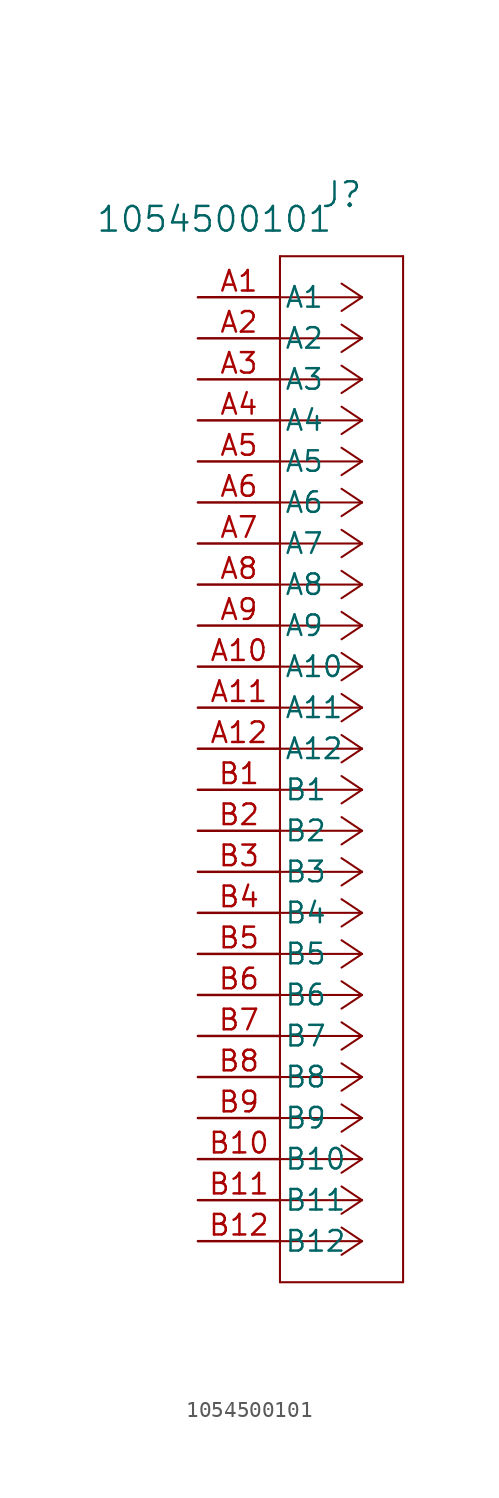
<source format=kicad_sym>
(kicad_symbol_lib
  (version 20241209)
  (generator "kicad_symbol_editor")
  (generator_version "9.0")
  (symbol "1054500101"
    (pin_names
      (offset 0.254))
    (property "Reference" "J"
      (at 8.89 6.35 0)
      (effects (font (size 1.524 1.524))))
    (property "Value" "1054500101"
      (at 1.016 4.826 0)
      (effects (font (size 1.524 1.524))))
    (property "ki_locked" ""
      (at 0 0 0)
      (effects (font (size 1.27 1.27))))
    (symbol "1054500101_0_1"
      (polyline (pts (xy 5.08 2.54) (xy 5.08 -60.96)) (stroke (width 0.127) (type default)) (fill (type none)))
      (polyline (pts (xy 5.08 -60.96) (xy 12.7 -60.96)) (stroke (width 0.127) (type default)) (fill (type none)))
      (polyline (pts (xy 10.16 0) (xy 5.08 0)) (stroke (width 0.127) (type default)) (fill (type none)))
      (polyline (pts (xy 10.16 0) (xy 8.89 0.847)) (stroke (width 0.127) (type default)) (fill (type none)))
      (polyline (pts (xy 10.16 0) (xy 8.89 -0.847)) (stroke (width 0.127) (type default)) (fill (type none)))
      (polyline (pts (xy 10.16 -2.54) (xy 5.08 -2.54)) (stroke (width 0.127) (type default)) (fill (type none)))
      (polyline (pts (xy 10.16 -2.54) (xy 8.89 -1.693)) (stroke (width 0.127) (type default)) (fill (type none)))
      (polyline (pts (xy 10.16 -2.54) (xy 8.89 -3.387)) (stroke (width 0.127) (type default)) (fill (type none)))
      (polyline (pts (xy 10.16 -5.08) (xy 5.08 -5.08)) (stroke (width 0.127) (type default)) (fill (type none)))
      (polyline (pts (xy 10.16 -5.08) (xy 8.89 -4.233)) (stroke (width 0.127) (type default)) (fill (type none)))
      (polyline (pts (xy 10.16 -5.08) (xy 8.89 -5.927)) (stroke (width 0.127) (type default)) (fill (type none)))
      (polyline (pts (xy 10.16 -7.62) (xy 5.08 -7.62)) (stroke (width 0.127) (type default)) (fill (type none)))
      (polyline (pts (xy 10.16 -7.62) (xy 8.89 -6.773)) (stroke (width 0.127) (type default)) (fill (type none)))
      (polyline (pts (xy 10.16 -7.62) (xy 8.89 -8.467)) (stroke (width 0.127) (type default)) (fill (type none)))
      (polyline (pts (xy 10.16 -10.16) (xy 5.08 -10.16)) (stroke (width 0.127) (type default)) (fill (type none)))
      (polyline (pts (xy 10.16 -10.16) (xy 8.89 -9.313)) (stroke (width 0.127) (type default)) (fill (type none)))
      (polyline (pts (xy 10.16 -10.16) (xy 8.89 -11.007)) (stroke (width 0.127) (type default)) (fill (type none)))
      (polyline (pts (xy 10.16 -12.7) (xy 5.08 -12.7)) (stroke (width 0.127) (type default)) (fill (type none)))
      (polyline (pts (xy 10.16 -12.7) (xy 8.89 -11.853)) (stroke (width 0.127) (type default)) (fill (type none)))
      (polyline (pts (xy 10.16 -12.7) (xy 8.89 -13.547)) (stroke (width 0.127) (type default)) (fill (type none)))
      (polyline (pts (xy 10.16 -15.24) (xy 5.08 -15.24)) (stroke (width 0.127) (type default)) (fill (type none)))
      (polyline (pts (xy 10.16 -15.24) (xy 8.89 -14.393)) (stroke (width 0.127) (type default)) (fill (type none)))
      (polyline (pts (xy 10.16 -15.24) (xy 8.89 -16.087)) (stroke (width 0.127) (type default)) (fill (type none)))
      (polyline (pts (xy 10.16 -17.78) (xy 5.08 -17.78)) (stroke (width 0.127) (type default)) (fill (type none)))
      (polyline (pts (xy 10.16 -17.78) (xy 8.89 -16.933)) (stroke (width 0.127) (type default)) (fill (type none)))
      (polyline (pts (xy 10.16 -17.78) (xy 8.89 -18.627)) (stroke (width 0.127) (type default)) (fill (type none)))
      (polyline (pts (xy 10.16 -20.32) (xy 5.08 -20.32)) (stroke (width 0.127) (type default)) (fill (type none)))
      (polyline (pts (xy 10.16 -20.32) (xy 8.89 -19.473)) (stroke (width 0.127) (type default)) (fill (type none)))
      (polyline (pts (xy 10.16 -20.32) (xy 8.89 -21.167)) (stroke (width 0.127) (type default)) (fill (type none)))
      (polyline (pts (xy 10.16 -22.86) (xy 5.08 -22.86)) (stroke (width 0.127) (type default)) (fill (type none)))
      (polyline (pts (xy 10.16 -22.86) (xy 8.89 -22.013)) (stroke (width 0.127) (type default)) (fill (type none)))
      (polyline (pts (xy 10.16 -22.86) (xy 8.89 -23.707)) (stroke (width 0.127) (type default)) (fill (type none)))
      (polyline (pts (xy 10.16 -25.4) (xy 5.08 -25.4)) (stroke (width 0.127) (type default)) (fill (type none)))
      (polyline (pts (xy 10.16 -25.4) (xy 8.89 -24.553)) (stroke (width 0.127) (type default)) (fill (type none)))
      (polyline (pts (xy 10.16 -25.4) (xy 8.89 -26.247)) (stroke (width 0.127) (type default)) (fill (type none)))
      (polyline (pts (xy 10.16 -27.94) (xy 5.08 -27.94)) (stroke (width 0.127) (type default)) (fill (type none)))
      (polyline (pts (xy 10.16 -27.94) (xy 8.89 -27.093)) (stroke (width 0.127) (type default)) (fill (type none)))
      (polyline (pts (xy 10.16 -27.94) (xy 8.89 -28.787)) (stroke (width 0.127) (type default)) (fill (type none)))
      (polyline (pts (xy 10.16 -30.48) (xy 5.08 -30.48)) (stroke (width 0.127) (type default)) (fill (type none)))
      (polyline (pts (xy 10.16 -30.48) (xy 8.89 -29.633)) (stroke (width 0.127) (type default)) (fill (type none)))
      (polyline (pts (xy 10.16 -30.48) (xy 8.89 -31.327)) (stroke (width 0.127) (type default)) (fill (type none)))
      (polyline (pts (xy 10.16 -33.02) (xy 5.08 -33.02)) (stroke (width 0.127) (type default)) (fill (type none)))
      (polyline (pts (xy 10.16 -33.02) (xy 8.89 -32.173)) (stroke (width 0.127) (type default)) (fill (type none)))
      (polyline (pts (xy 10.16 -33.02) (xy 8.89 -33.867)) (stroke (width 0.127) (type default)) (fill (type none)))
      (polyline (pts (xy 10.16 -35.56) (xy 5.08 -35.56)) (stroke (width 0.127) (type default)) (fill (type none)))
      (polyline (pts (xy 10.16 -35.56) (xy 8.89 -34.713)) (stroke (width 0.127) (type default)) (fill (type none)))
      (polyline (pts (xy 10.16 -35.56) (xy 8.89 -36.407)) (stroke (width 0.127) (type default)) (fill (type none)))
      (polyline (pts (xy 10.16 -38.1) (xy 5.08 -38.1)) (stroke (width 0.127) (type default)) (fill (type none)))
      (polyline (pts (xy 10.16 -38.1) (xy 8.89 -37.253)) (stroke (width 0.127) (type default)) (fill (type none)))
      (polyline (pts (xy 10.16 -38.1) (xy 8.89 -38.947)) (stroke (width 0.127) (type default)) (fill (type none)))
      (polyline (pts (xy 10.16 -40.64) (xy 5.08 -40.64)) (stroke (width 0.127) (type default)) (fill (type none)))
      (polyline (pts (xy 10.16 -40.64) (xy 8.89 -39.793)) (stroke (width 0.127) (type default)) (fill (type none)))
      (polyline (pts (xy 10.16 -40.64) (xy 8.89 -41.487)) (stroke (width 0.127) (type default)) (fill (type none)))
      (polyline (pts (xy 10.16 -43.18) (xy 5.08 -43.18)) (stroke (width 0.127) (type default)) (fill (type none)))
      (polyline (pts (xy 10.16 -43.18) (xy 8.89 -42.333)) (stroke (width 0.127) (type default)) (fill (type none)))
      (polyline (pts (xy 10.16 -43.18) (xy 8.89 -44.027)) (stroke (width 0.127) (type default)) (fill (type none)))
      (polyline (pts (xy 10.16 -45.72) (xy 5.08 -45.72)) (stroke (width 0.127) (type default)) (fill (type none)))
      (polyline (pts (xy 10.16 -45.72) (xy 8.89 -44.873)) (stroke (width 0.127) (type default)) (fill (type none)))
      (polyline (pts (xy 10.16 -45.72) (xy 8.89 -46.567)) (stroke (width 0.127) (type default)) (fill (type none)))
      (polyline (pts (xy 10.16 -48.26) (xy 5.08 -48.26)) (stroke (width 0.127) (type default)) (fill (type none)))
      (polyline (pts (xy 10.16 -48.26) (xy 8.89 -47.413)) (stroke (width 0.127) (type default)) (fill (type none)))
      (polyline (pts (xy 10.16 -48.26) (xy 8.89 -49.107)) (stroke (width 0.127) (type default)) (fill (type none)))
      (polyline (pts (xy 10.16 -50.8) (xy 5.08 -50.8)) (stroke (width 0.127) (type default)) (fill (type none)))
      (polyline (pts (xy 10.16 -50.8) (xy 8.89 -49.953)) (stroke (width 0.127) (type default)) (fill (type none)))
      (polyline (pts (xy 10.16 -50.8) (xy 8.89 -51.647)) (stroke (width 0.127) (type default)) (fill (type none)))
      (polyline (pts (xy 10.16 -53.34) (xy 5.08 -53.34)) (stroke (width 0.127) (type default)) (fill (type none)))
      (polyline (pts (xy 10.16 -53.34) (xy 8.89 -52.493)) (stroke (width 0.127) (type default)) (fill (type none)))
      (polyline (pts (xy 10.16 -53.34) (xy 8.89 -54.187)) (stroke (width 0.127) (type default)) (fill (type none)))
      (polyline (pts (xy 10.16 -55.88) (xy 5.08 -55.88)) (stroke (width 0.127) (type default)) (fill (type none)))
      (polyline (pts (xy 10.16 -55.88) (xy 8.89 -55.033)) (stroke (width 0.127) (type default)) (fill (type none)))
      (polyline (pts (xy 10.16 -55.88) (xy 8.89 -56.727)) (stroke (width 0.127) (type default)) (fill (type none)))
      (polyline (pts (xy 10.16 -58.42) (xy 5.08 -58.42)) (stroke (width 0.127) (type default)) (fill (type none)))
      (polyline (pts (xy 10.16 -58.42) (xy 8.89 -57.573)) (stroke (width 0.127) (type default)) (fill (type none)))
      (polyline (pts (xy 10.16 -58.42) (xy 8.89 -59.267)) (stroke (width 0.127) (type default)) (fill (type none)))
      (polyline (pts (xy 12.7 2.54) (xy 5.08 2.54)) (stroke (width 0.127) (type default)) (fill (type none)))
      (polyline (pts (xy 12.7 -60.96) (xy 12.7 2.54)) (stroke (width 0.127) (type default)) (fill (type none)))
      (pin unspecified line (at 0 0 0) (length 5.08) (name "A1" (effects (font (size 1.27 1.27)))) (number "A1" (effects (font (size 1.27 1.27)))))
      (pin unspecified line (at 0 -2.54 0) (length 5.08) (name "A2" (effects (font (size 1.27 1.27)))) (number "A2" (effects (font (size 1.27 1.27)))))
      (pin unspecified line (at 0 -5.08 0) (length 5.08) (name "A3" (effects (font (size 1.27 1.27)))) (number "A3" (effects (font (size 1.27 1.27)))))
      (pin unspecified line (at 0 -7.62 0) (length 5.08) (name "A4" (effects (font (size 1.27 1.27)))) (number "A4" (effects (font (size 1.27 1.27)))))
      (pin unspecified line (at 0 -10.16 0) (length 5.08) (name "A5" (effects (font (size 1.27 1.27)))) (number "A5" (effects (font (size 1.27 1.27)))))
      (pin unspecified line (at 0 -12.7 0) (length 5.08) (name "A6" (effects (font (size 1.27 1.27)))) (number "A6" (effects (font (size 1.27 1.27)))))
      (pin unspecified line (at 0 -15.24 0) (length 5.08) (name "A7" (effects (font (size 1.27 1.27)))) (number "A7" (effects (font (size 1.27 1.27)))))
      (pin unspecified line (at 0 -17.78 0) (length 5.08) (name "A8" (effects (font (size 1.27 1.27)))) (number "A8" (effects (font (size 1.27 1.27)))))
      (pin unspecified line (at 0 -20.32 0) (length 5.08) (name "A9" (effects (font (size 1.27 1.27)))) (number "A9" (effects (font (size 1.27 1.27)))))
      (pin unspecified line (at 0 -22.86 0) (length 5.08) (name "A10" (effects (font (size 1.27 1.27)))) (number "A10" (effects (font (size 1.27 1.27)))))
      (pin unspecified line (at 0 -25.4 0) (length 5.08) (name "A11" (effects (font (size 1.27 1.27)))) (number "A11" (effects (font (size 1.27 1.27)))))
      (pin unspecified line (at 0 -27.94 0) (length 5.08) (name "A12" (effects (font (size 1.27 1.27)))) (number "A12" (effects (font (size 1.27 1.27)))))
      (pin unspecified line (at 0 -30.48 0) (length 5.08) (name "B1" (effects (font (size 1.27 1.27)))) (number "B1" (effects (font (size 1.27 1.27)))))
      (pin unspecified line (at 0 -33.02 0) (length 5.08) (name "B2" (effects (font (size 1.27 1.27)))) (number "B2" (effects (font (size 1.27 1.27)))))
      (pin unspecified line (at 0 -35.56 0) (length 5.08) (name "B3" (effects (font (size 1.27 1.27)))) (number "B3" (effects (font (size 1.27 1.27)))))
      (pin unspecified line (at 0 -38.1 0) (length 5.08) (name "B4" (effects (font (size 1.27 1.27)))) (number "B4" (effects (font (size 1.27 1.27)))))
      (pin unspecified line (at 0 -40.64 0) (length 5.08) (name "B5" (effects (font (size 1.27 1.27)))) (number "B5" (effects (font (size 1.27 1.27)))))
      (pin unspecified line (at 0 -43.18 0) (length 5.08) (name "B6" (effects (font (size 1.27 1.27)))) (number "B6" (effects (font (size 1.27 1.27)))))
      (pin unspecified line (at 0 -45.72 0) (length 5.08) (name "B7" (effects (font (size 1.27 1.27)))) (number "B7" (effects (font (size 1.27 1.27)))))
      (pin unspecified line (at 0 -48.26 0) (length 5.08) (name "B8" (effects (font (size 1.27 1.27)))) (number "B8" (effects (font (size 1.27 1.27)))))
      (pin unspecified line (at 0 -50.8 0) (length 5.08) (name "B9" (effects (font (size 1.27 1.27)))) (number "B9" (effects (font (size 1.27 1.27)))))
      (pin unspecified line (at 0 -53.34 0) (length 5.08) (name "B10" (effects (font (size 1.27 1.27)))) (number "B10" (effects (font (size 1.27 1.27)))))
      (pin unspecified line (at 0 -55.88 0) (length 5.08) (name "B11" (effects (font (size 1.27 1.27)))) (number "B11" (effects (font (size 1.27 1.27)))))
      (pin unspecified line (at 0 -58.42 0) (length 5.08) (name "B12" (effects (font (size 1.27 1.27)))) (number "B12" (effects (font (size 1.27 1.27))))))))
</source>
